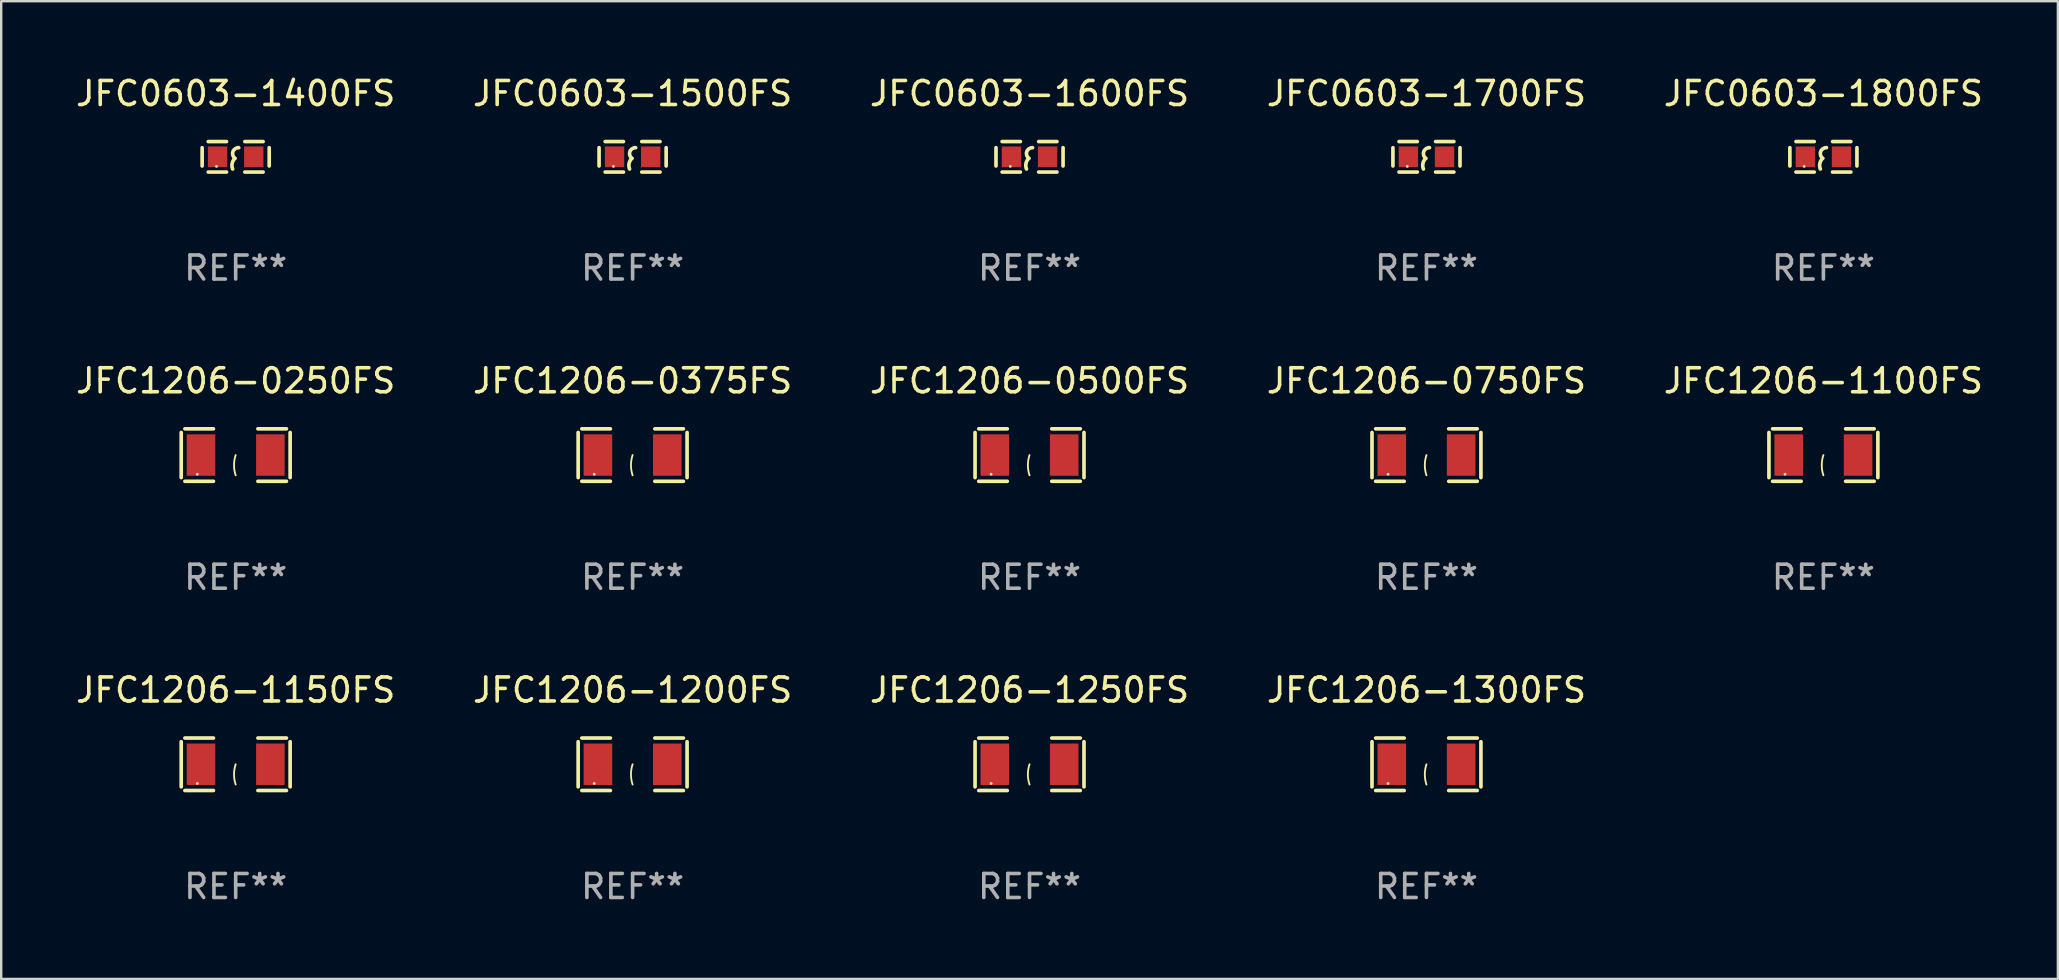
<source format=kicad_pcb>
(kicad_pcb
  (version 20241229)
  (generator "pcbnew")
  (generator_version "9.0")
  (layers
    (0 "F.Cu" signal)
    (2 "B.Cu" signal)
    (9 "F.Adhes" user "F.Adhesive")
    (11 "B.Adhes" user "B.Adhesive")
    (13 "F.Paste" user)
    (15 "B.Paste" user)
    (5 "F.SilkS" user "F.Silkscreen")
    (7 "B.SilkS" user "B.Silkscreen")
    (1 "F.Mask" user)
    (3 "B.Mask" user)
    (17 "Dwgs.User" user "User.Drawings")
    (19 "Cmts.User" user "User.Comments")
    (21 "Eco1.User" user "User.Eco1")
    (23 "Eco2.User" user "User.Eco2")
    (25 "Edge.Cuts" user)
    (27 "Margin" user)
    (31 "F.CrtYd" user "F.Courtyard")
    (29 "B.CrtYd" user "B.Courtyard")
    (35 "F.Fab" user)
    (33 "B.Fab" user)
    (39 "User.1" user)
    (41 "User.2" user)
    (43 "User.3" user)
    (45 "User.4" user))
  (footprint "JFC1206-1300FS"
    (layer "F.Cu")
    (at 56.375 28.789)
    (property "Reference" "JFC1206-1300FS" (at 0 -3.093 0) (layer "F.SilkS") (effects (font (size 1 1) (thickness 0.15))))
    (attr through_hole)
    (fp_line (start -2.269 -0.94) (end -2.269 0.94) (stroke (width 0.152) (type solid)) (layer "F.SilkS"))
    (fp_line (start -2.116 1.093) (end -0.926 1.093) (stroke (width 0.152) (type solid)) (layer "F.SilkS"))
    (fp_line (start -0.926 -1.093) (end -2.116 -1.093) (stroke (width 0.152) (type solid)) (layer "F.SilkS"))
    (fp_line (start 0.926 -1.093) (end 2.116 -1.093) (stroke (width 0.152) (type solid)) (layer "F.SilkS"))
    (fp_line (start 2.116 1.093) (end 0.926 1.093) (stroke (width 0.152) (type solid)) (layer "F.SilkS"))
    (fp_line (start 2.269 -0.94) (end 2.269 0.94) (stroke (width 0.152) (type solid)) (layer "F.SilkS"))
    (fp_arc (start 0 0.844951) (mid -0.068559 0.422475) (end 0 0) (stroke (width 0.0762) (type solid)) (layer "F.SilkS"))
    (fp_circle (center -1.6 0.8) (end -1.57 0.8) (stroke (width 0.06) (type solid)) (fill no) (layer "F.SilkS"))
    (fp_text user "REF**" (at 0 5.093 0) (layer "F.Fab") (effects (font (size 1 1) (thickness 0.15))))
    (pad "1" smd rect (at -1.445 0) (size 1.19 1.728) (layers "F.Cu" "F.Mask" "F.Paste"))
    (pad "2" smd rect (at 1.445 0) (size 1.19 1.728) (layers "F.Cu" "F.Mask" "F.Paste")))
  (footprint "JFC0603-1400FS"
    (layer "F.Cu")
    (at 6.768 3.483)
    (property "Reference" "JFC0603-1400FS" (at 0 -2.635 0) (layer "F.SilkS") (effects (font (size 1 1) (thickness 0.15))))
    (attr through_hole)
    (fp_line (start -1.397 -0.381) (end -1.397 0.381) (stroke (width 0.152) (type solid)) (layer "F.SilkS"))
    (fp_line (start -0.381 -0.635) (end -1.143 -0.635) (stroke (width 0.152) (type solid)) (layer "F.SilkS"))
    (fp_line (start -0.381 0.635) (end -1.143 0.635) (stroke (width 0.152) (type solid)) (layer "F.SilkS"))
    (fp_line (start 0.381 -0.635) (end 1.143 -0.635) (stroke (width 0.152) (type solid)) (layer "F.SilkS"))
    (fp_line (start 0.381 0.635) (end 1.143 0.635) (stroke (width 0.152) (type solid)) (layer "F.SilkS"))
    (fp_line (start 1.397 -0.381) (end 1.397 0.381) (stroke (width 0.152) (type solid)) (layer "F.SilkS"))
    (fp_arc (start -0.127 0.508001) (mid -0.146523 0.271131) (end -0.030861 0.0635) (stroke (width 0.151994) (type solid)) (layer "F.SilkS"))
    (fp_arc (start -0.03175 0.0635) (mid -0.113571 -0.216321) (end 0.127001 -0.381002) (stroke (width 0.151994) (type solid)) (layer "F.SilkS"))
    (fp_circle (center -0.8 0.4) (end -0.77 0.4) (stroke (width 0.06) (type solid)) (fill no) (layer "F.SilkS"))
    (fp_text user "REF**" (at 0 4.635 0) (layer "F.Fab") (effects (font (size 1 1) (thickness 0.15))))
    (pad "1" smd rect (at -0.753 0) (size 0.806 0.864) (layers "F.Cu" "F.Mask" "F.Paste"))
    (pad "2" smd rect (at 0.753 0) (size 0.806 0.864) (layers "F.Cu" "F.Mask" "F.Paste")))
  (footprint "JFC1206-1100FS"
    (layer "F.Cu")
    (at 72.911 15.907)
    (property "Reference" "JFC1206-1100FS" (at 0 -3.093 0) (layer "F.SilkS") (effects (font (size 1 1) (thickness 0.15))))
    (attr through_hole)
    (fp_line (start -2.269 -0.94) (end -2.269 0.94) (stroke (width 0.152) (type solid)) (layer "F.SilkS"))
    (fp_line (start -2.116 1.093) (end -0.926 1.093) (stroke (width 0.152) (type solid)) (layer "F.SilkS"))
    (fp_line (start -0.926 -1.093) (end -2.116 -1.093) (stroke (width 0.152) (type solid)) (layer "F.SilkS"))
    (fp_line (start 0.926 -1.093) (end 2.116 -1.093) (stroke (width 0.152) (type solid)) (layer "F.SilkS"))
    (fp_line (start 2.116 1.093) (end 0.926 1.093) (stroke (width 0.152) (type solid)) (layer "F.SilkS"))
    (fp_line (start 2.269 -0.94) (end 2.269 0.94) (stroke (width 0.152) (type solid)) (layer "F.SilkS"))
    (fp_arc (start 0 0.844951) (mid -0.068559 0.422475) (end 0 0) (stroke (width 0.0762) (type solid)) (layer "F.SilkS"))
    (fp_circle (center -1.6 0.8) (end -1.57 0.8) (stroke (width 0.06) (type solid)) (fill no) (layer "F.SilkS"))
    (fp_text user "REF**" (at 0 5.093 0) (layer "F.Fab") (effects (font (size 1 1) (thickness 0.15))))
    (pad "1" smd rect (at -1.445 0) (size 1.19 1.728) (layers "F.Cu" "F.Mask" "F.Paste"))
    (pad "2" smd rect (at 1.445 0) (size 1.19 1.728) (layers "F.Cu" "F.Mask" "F.Paste")))
  (footprint "JFC0603-1800FS"
    (layer "F.Cu")
    (at 72.911 3.483)
    (property "Reference" "JFC0603-1800FS" (at 0 -2.635 0) (layer "F.SilkS") (effects (font (size 1 1) (thickness 0.15))))
    (attr through_hole)
    (fp_line (start -1.397 -0.381) (end -1.397 0.381) (stroke (width 0.152) (type solid)) (layer "F.SilkS"))
    (fp_line (start -0.381 -0.635) (end -1.143 -0.635) (stroke (width 0.152) (type solid)) (layer "F.SilkS"))
    (fp_line (start -0.381 0.635) (end -1.143 0.635) (stroke (width 0.152) (type solid)) (layer "F.SilkS"))
    (fp_line (start 0.381 -0.635) (end 1.143 -0.635) (stroke (width 0.152) (type solid)) (layer "F.SilkS"))
    (fp_line (start 0.381 0.635) (end 1.143 0.635) (stroke (width 0.152) (type solid)) (layer "F.SilkS"))
    (fp_line (start 1.397 -0.381) (end 1.397 0.381) (stroke (width 0.152) (type solid)) (layer "F.SilkS"))
    (fp_arc (start -0.127 0.508001) (mid -0.146523 0.271131) (end -0.030861 0.0635) (stroke (width 0.151994) (type solid)) (layer "F.SilkS"))
    (fp_arc (start -0.03175 0.0635) (mid -0.113571 -0.216321) (end 0.127001 -0.381002) (stroke (width 0.151994) (type solid)) (layer "F.SilkS"))
    (fp_circle (center -0.8 0.4) (end -0.77 0.4) (stroke (width 0.06) (type solid)) (fill no) (layer "F.SilkS"))
    (fp_text user "REF**" (at 0 4.635 0) (layer "F.Fab") (effects (font (size 1 1) (thickness 0.15))))
    (pad "1" smd rect (at -0.753 0) (size 0.806 0.864) (layers "F.Cu" "F.Mask" "F.Paste"))
    (pad "2" smd rect (at 0.753 0) (size 0.806 0.864) (layers "F.Cu" "F.Mask" "F.Paste")))
  (footprint "JFC1206-0375FS"
    (layer "F.Cu")
    (at 23.304 15.907)
    (property "Reference" "JFC1206-0375FS" (at 0 -3.093 0) (layer "F.SilkS") (effects (font (size 1 1) (thickness 0.15))))
    (attr through_hole)
    (fp_line (start -2.269 -0.94) (end -2.269 0.94) (stroke (width 0.152) (type solid)) (layer "F.SilkS"))
    (fp_line (start -2.116 1.093) (end -0.926 1.093) (stroke (width 0.152) (type solid)) (layer "F.SilkS"))
    (fp_line (start -0.926 -1.093) (end -2.116 -1.093) (stroke (width 0.152) (type solid)) (layer "F.SilkS"))
    (fp_line (start 0.926 -1.093) (end 2.116 -1.093) (stroke (width 0.152) (type solid)) (layer "F.SilkS"))
    (fp_line (start 2.116 1.093) (end 0.926 1.093) (stroke (width 0.152) (type solid)) (layer "F.SilkS"))
    (fp_line (start 2.269 -0.94) (end 2.269 0.94) (stroke (width 0.152) (type solid)) (layer "F.SilkS"))
    (fp_arc (start 0 0.844951) (mid -0.068559 0.422475) (end 0 0) (stroke (width 0.0762) (type solid)) (layer "F.SilkS"))
    (fp_circle (center -1.6 0.8) (end -1.57 0.8) (stroke (width 0.06) (type solid)) (fill no) (layer "F.SilkS"))
    (fp_text user "REF**" (at 0 5.093 0) (layer "F.Fab") (effects (font (size 1 1) (thickness 0.15))))
    (pad "1" smd rect (at -1.445 0) (size 1.19 1.728) (layers "F.Cu" "F.Mask" "F.Paste"))
    (pad "2" smd rect (at 1.445 0) (size 1.19 1.728) (layers "F.Cu" "F.Mask" "F.Paste")))
  (footprint "JFC1206-1150FS"
    (layer "F.Cu")
    (at 6.768 28.789)
    (property "Reference" "JFC1206-1150FS" (at 0 -3.093 0) (layer "F.SilkS") (effects (font (size 1 1) (thickness 0.15))))
    (attr through_hole)
    (fp_line (start -2.269 -0.94) (end -2.269 0.94) (stroke (width 0.152) (type solid)) (layer "F.SilkS"))
    (fp_line (start -2.116 1.093) (end -0.926 1.093) (stroke (width 0.152) (type solid)) (layer "F.SilkS"))
    (fp_line (start -0.926 -1.093) (end -2.116 -1.093) (stroke (width 0.152) (type solid)) (layer "F.SilkS"))
    (fp_line (start 0.926 -1.093) (end 2.116 -1.093) (stroke (width 0.152) (type solid)) (layer "F.SilkS"))
    (fp_line (start 2.116 1.093) (end 0.926 1.093) (stroke (width 0.152) (type solid)) (layer "F.SilkS"))
    (fp_line (start 2.269 -0.94) (end 2.269 0.94) (stroke (width 0.152) (type solid)) (layer "F.SilkS"))
    (fp_arc (start 0 0.844951) (mid -0.068559 0.422475) (end 0 0) (stroke (width 0.0762) (type solid)) (layer "F.SilkS"))
    (fp_circle (center -1.6 0.8) (end -1.57 0.8) (stroke (width 0.06) (type solid)) (fill no) (layer "F.SilkS"))
    (fp_text user "REF**" (at 0 5.093 0) (layer "F.Fab") (effects (font (size 1 1) (thickness 0.15))))
    (pad "1" smd rect (at -1.445 0) (size 1.19 1.728) (layers "F.Cu" "F.Mask" "F.Paste"))
    (pad "2" smd rect (at 1.445 0) (size 1.19 1.728) (layers "F.Cu" "F.Mask" "F.Paste")))
  (footprint "JFC0603-1500FS"
    (layer "F.Cu")
    (at 23.304 3.483)
    (property "Reference" "JFC0603-1500FS" (at 0 -2.635 0) (layer "F.SilkS") (effects (font (size 1 1) (thickness 0.15))))
    (attr through_hole)
    (fp_line (start -1.397 -0.381) (end -1.397 0.381) (stroke (width 0.152) (type solid)) (layer "F.SilkS"))
    (fp_line (start -0.381 -0.635) (end -1.143 -0.635) (stroke (width 0.152) (type solid)) (layer "F.SilkS"))
    (fp_line (start -0.381 0.635) (end -1.143 0.635) (stroke (width 0.152) (type solid)) (layer "F.SilkS"))
    (fp_line (start 0.381 -0.635) (end 1.143 -0.635) (stroke (width 0.152) (type solid)) (layer "F.SilkS"))
    (fp_line (start 0.381 0.635) (end 1.143 0.635) (stroke (width 0.152) (type solid)) (layer "F.SilkS"))
    (fp_line (start 1.397 -0.381) (end 1.397 0.381) (stroke (width 0.152) (type solid)) (layer "F.SilkS"))
    (fp_arc (start -0.127 0.508001) (mid -0.146523 0.271131) (end -0.030861 0.0635) (stroke (width 0.151994) (type solid)) (layer "F.SilkS"))
    (fp_arc (start -0.03175 0.0635) (mid -0.113571 -0.216321) (end 0.127001 -0.381002) (stroke (width 0.151994) (type solid)) (layer "F.SilkS"))
    (fp_circle (center -0.8 0.4) (end -0.77 0.4) (stroke (width 0.06) (type solid)) (fill no) (layer "F.SilkS"))
    (fp_text user "REF**" (at 0 4.635 0) (layer "F.Fab") (effects (font (size 1 1) (thickness 0.15))))
    (pad "1" smd rect (at -0.753 0) (size 0.806 0.864) (layers "F.Cu" "F.Mask" "F.Paste"))
    (pad "2" smd rect (at 0.753 0) (size 0.806 0.864) (layers "F.Cu" "F.Mask" "F.Paste")))
  (footprint "JFC1206-0250FS"
    (layer "F.Cu")
    (at 6.768 15.907)
    (property "Reference" "JFC1206-0250FS" (at 0 -3.093 0) (layer "F.SilkS") (effects (font (size 1 1) (thickness 0.15))))
    (attr through_hole)
    (fp_line (start -2.269 -0.94) (end -2.269 0.94) (stroke (width 0.152) (type solid)) (layer "F.SilkS"))
    (fp_line (start -2.116 1.093) (end -0.926 1.093) (stroke (width 0.152) (type solid)) (layer "F.SilkS"))
    (fp_line (start -0.926 -1.093) (end -2.116 -1.093) (stroke (width 0.152) (type solid)) (layer "F.SilkS"))
    (fp_line (start 0.926 -1.093) (end 2.116 -1.093) (stroke (width 0.152) (type solid)) (layer "F.SilkS"))
    (fp_line (start 2.116 1.093) (end 0.926 1.093) (stroke (width 0.152) (type solid)) (layer "F.SilkS"))
    (fp_line (start 2.269 -0.94) (end 2.269 0.94) (stroke (width 0.152) (type solid)) (layer "F.SilkS"))
    (fp_arc (start 0 0.844951) (mid -0.068559 0.422475) (end 0 0) (stroke (width 0.0762) (type solid)) (layer "F.SilkS"))
    (fp_circle (center -1.6 0.8) (end -1.57 0.8) (stroke (width 0.06) (type solid)) (fill no) (layer "F.SilkS"))
    (fp_text user "REF**" (at 0 5.093 0) (layer "F.Fab") (effects (font (size 1 1) (thickness 0.15))))
    (pad "1" smd rect (at -1.445 0) (size 1.19 1.728) (layers "F.Cu" "F.Mask" "F.Paste"))
    (pad "2" smd rect (at 1.445 0) (size 1.19 1.728) (layers "F.Cu" "F.Mask" "F.Paste")))
  (footprint "JFC1206-1200FS"
    (layer "F.Cu")
    (at 23.304 28.789)
    (property "Reference" "JFC1206-1200FS" (at 0 -3.093 0) (layer "F.SilkS") (effects (font (size 1 1) (thickness 0.15))))
    (attr through_hole)
    (fp_line (start -2.269 -0.94) (end -2.269 0.94) (stroke (width 0.152) (type solid)) (layer "F.SilkS"))
    (fp_line (start -2.116 1.093) (end -0.926 1.093) (stroke (width 0.152) (type solid)) (layer "F.SilkS"))
    (fp_line (start -0.926 -1.093) (end -2.116 -1.093) (stroke (width 0.152) (type solid)) (layer "F.SilkS"))
    (fp_line (start 0.926 -1.093) (end 2.116 -1.093) (stroke (width 0.152) (type solid)) (layer "F.SilkS"))
    (fp_line (start 2.116 1.093) (end 0.926 1.093) (stroke (width 0.152) (type solid)) (layer "F.SilkS"))
    (fp_line (start 2.269 -0.94) (end 2.269 0.94) (stroke (width 0.152) (type solid)) (layer "F.SilkS"))
    (fp_arc (start 0 0.844951) (mid -0.068559 0.422475) (end 0 0) (stroke (width 0.0762) (type solid)) (layer "F.SilkS"))
    (fp_circle (center -1.6 0.8) (end -1.57 0.8) (stroke (width 0.06) (type solid)) (fill no) (layer "F.SilkS"))
    (fp_text user "REF**" (at 0 5.093 0) (layer "F.Fab") (effects (font (size 1 1) (thickness 0.15))))
    (pad "1" smd rect (at -1.445 0) (size 1.19 1.728) (layers "F.Cu" "F.Mask" "F.Paste"))
    (pad "2" smd rect (at 1.445 0) (size 1.19 1.728) (layers "F.Cu" "F.Mask" "F.Paste")))
  (footprint "JFC1206-1250FS"
    (layer "F.Cu")
    (at 39.839 28.789)
    (property "Reference" "JFC1206-1250FS" (at 0 -3.093 0) (layer "F.SilkS") (effects (font (size 1 1) (thickness 0.15))))
    (attr through_hole)
    (fp_line (start -2.269 -0.94) (end -2.269 0.94) (stroke (width 0.152) (type solid)) (layer "F.SilkS"))
    (fp_line (start -2.116 1.093) (end -0.926 1.093) (stroke (width 0.152) (type solid)) (layer "F.SilkS"))
    (fp_line (start -0.926 -1.093) (end -2.116 -1.093) (stroke (width 0.152) (type solid)) (layer "F.SilkS"))
    (fp_line (start 0.926 -1.093) (end 2.116 -1.093) (stroke (width 0.152) (type solid)) (layer "F.SilkS"))
    (fp_line (start 2.116 1.093) (end 0.926 1.093) (stroke (width 0.152) (type solid)) (layer "F.SilkS"))
    (fp_line (start 2.269 -0.94) (end 2.269 0.94) (stroke (width 0.152) (type solid)) (layer "F.SilkS"))
    (fp_arc (start 0 0.844951) (mid -0.068559 0.422475) (end 0 0) (stroke (width 0.0762) (type solid)) (layer "F.SilkS"))
    (fp_circle (center -1.6 0.8) (end -1.57 0.8) (stroke (width 0.06) (type solid)) (fill no) (layer "F.SilkS"))
    (fp_text user "REF**" (at 0 5.093 0) (layer "F.Fab") (effects (font (size 1 1) (thickness 0.15))))
    (pad "1" smd rect (at -1.445 0) (size 1.19 1.728) (layers "F.Cu" "F.Mask" "F.Paste"))
    (pad "2" smd rect (at 1.445 0) (size 1.19 1.728) (layers "F.Cu" "F.Mask" "F.Paste")))
  (footprint "JFC0603-1600FS"
    (layer "F.Cu")
    (at 39.839 3.483)
    (property "Reference" "JFC0603-1600FS" (at 0 -2.635 0) (layer "F.SilkS") (effects (font (size 1 1) (thickness 0.15))))
    (attr through_hole)
    (fp_line (start -1.397 -0.381) (end -1.397 0.381) (stroke (width 0.152) (type solid)) (layer "F.SilkS"))
    (fp_line (start -0.381 -0.635) (end -1.143 -0.635) (stroke (width 0.152) (type solid)) (layer "F.SilkS"))
    (fp_line (start -0.381 0.635) (end -1.143 0.635) (stroke (width 0.152) (type solid)) (layer "F.SilkS"))
    (fp_line (start 0.381 -0.635) (end 1.143 -0.635) (stroke (width 0.152) (type solid)) (layer "F.SilkS"))
    (fp_line (start 0.381 0.635) (end 1.143 0.635) (stroke (width 0.152) (type solid)) (layer "F.SilkS"))
    (fp_line (start 1.397 -0.381) (end 1.397 0.381) (stroke (width 0.152) (type solid)) (layer "F.SilkS"))
    (fp_arc (start -0.127 0.508001) (mid -0.146523 0.271131) (end -0.030861 0.0635) (stroke (width 0.151994) (type solid)) (layer "F.SilkS"))
    (fp_arc (start -0.03175 0.0635) (mid -0.113571 -0.216321) (end 0.127001 -0.381002) (stroke (width 0.151994) (type solid)) (layer "F.SilkS"))
    (fp_circle (center -0.8 0.4) (end -0.77 0.4) (stroke (width 0.06) (type solid)) (fill no) (layer "F.SilkS"))
    (fp_text user "REF**" (at 0 4.635 0) (layer "F.Fab") (effects (font (size 1 1) (thickness 0.15))))
    (pad "1" smd rect (at -0.753 0) (size 0.806 0.864) (layers "F.Cu" "F.Mask" "F.Paste"))
    (pad "2" smd rect (at 0.753 0) (size 0.806 0.864) (layers "F.Cu" "F.Mask" "F.Paste")))
  (footprint "JFC0603-1700FS"
    (layer "F.Cu")
    (at 56.375 3.483)
    (property "Reference" "JFC0603-1700FS" (at 0 -2.635 0) (layer "F.SilkS") (effects (font (size 1 1) (thickness 0.15))))
    (attr through_hole)
    (fp_line (start -1.397 -0.381) (end -1.397 0.381) (stroke (width 0.152) (type solid)) (layer "F.SilkS"))
    (fp_line (start -0.381 -0.635) (end -1.143 -0.635) (stroke (width 0.152) (type solid)) (layer "F.SilkS"))
    (fp_line (start -0.381 0.635) (end -1.143 0.635) (stroke (width 0.152) (type solid)) (layer "F.SilkS"))
    (fp_line (start 0.381 -0.635) (end 1.143 -0.635) (stroke (width 0.152) (type solid)) (layer "F.SilkS"))
    (fp_line (start 0.381 0.635) (end 1.143 0.635) (stroke (width 0.152) (type solid)) (layer "F.SilkS"))
    (fp_line (start 1.397 -0.381) (end 1.397 0.381) (stroke (width 0.152) (type solid)) (layer "F.SilkS"))
    (fp_arc (start -0.127 0.508001) (mid -0.146523 0.271131) (end -0.030861 0.0635) (stroke (width 0.151994) (type solid)) (layer "F.SilkS"))
    (fp_arc (start -0.03175 0.0635) (mid -0.113571 -0.216321) (end 0.127001 -0.381002) (stroke (width 0.151994) (type solid)) (layer "F.SilkS"))
    (fp_circle (center -0.8 0.4) (end -0.77 0.4) (stroke (width 0.06) (type solid)) (fill no) (layer "F.SilkS"))
    (fp_text user "REF**" (at 0 4.635 0) (layer "F.Fab") (effects (font (size 1 1) (thickness 0.15))))
    (pad "1" smd rect (at -0.753 0) (size 0.806 0.864) (layers "F.Cu" "F.Mask" "F.Paste"))
    (pad "2" smd rect (at 0.753 0) (size 0.806 0.864) (layers "F.Cu" "F.Mask" "F.Paste")))
  (footprint "JFC1206-0750FS"
    (layer "F.Cu")
    (at 56.375 15.907)
    (property "Reference" "JFC1206-0750FS" (at 0 -3.093 0) (layer "F.SilkS") (effects (font (size 1 1) (thickness 0.15))))
    (attr through_hole)
    (fp_line (start -2.269 -0.94) (end -2.269 0.94) (stroke (width 0.152) (type solid)) (layer "F.SilkS"))
    (fp_line (start -2.116 1.093) (end -0.926 1.093) (stroke (width 0.152) (type solid)) (layer "F.SilkS"))
    (fp_line (start -0.926 -1.093) (end -2.116 -1.093) (stroke (width 0.152) (type solid)) (layer "F.SilkS"))
    (fp_line (start 0.926 -1.093) (end 2.116 -1.093) (stroke (width 0.152) (type solid)) (layer "F.SilkS"))
    (fp_line (start 2.116 1.093) (end 0.926 1.093) (stroke (width 0.152) (type solid)) (layer "F.SilkS"))
    (fp_line (start 2.269 -0.94) (end 2.269 0.94) (stroke (width 0.152) (type solid)) (layer "F.SilkS"))
    (fp_arc (start 0 0.844951) (mid -0.068559 0.422475) (end 0 0) (stroke (width 0.0762) (type solid)) (layer "F.SilkS"))
    (fp_circle (center -1.6 0.8) (end -1.57 0.8) (stroke (width 0.06) (type solid)) (fill no) (layer "F.SilkS"))
    (fp_text user "REF**" (at 0 5.093 0) (layer "F.Fab") (effects (font (size 1 1) (thickness 0.15))))
    (pad "1" smd rect (at -1.445 0) (size 1.19 1.728) (layers "F.Cu" "F.Mask" "F.Paste"))
    (pad "2" smd rect (at 1.445 0) (size 1.19 1.728) (layers "F.Cu" "F.Mask" "F.Paste")))
  (footprint "JFC1206-0500FS"
    (layer "F.Cu")
    (at 39.839 15.907)
    (property "Reference" "JFC1206-0500FS" (at 0 -3.093 0) (layer "F.SilkS") (effects (font (size 1 1) (thickness 0.15))))
    (attr through_hole)
    (fp_line (start -2.269 -0.94) (end -2.269 0.94) (stroke (width 0.152) (type solid)) (layer "F.SilkS"))
    (fp_line (start -2.116 1.093) (end -0.926 1.093) (stroke (width 0.152) (type solid)) (layer "F.SilkS"))
    (fp_line (start -0.926 -1.093) (end -2.116 -1.093) (stroke (width 0.152) (type solid)) (layer "F.SilkS"))
    (fp_line (start 0.926 -1.093) (end 2.116 -1.093) (stroke (width 0.152) (type solid)) (layer "F.SilkS"))
    (fp_line (start 2.116 1.093) (end 0.926 1.093) (stroke (width 0.152) (type solid)) (layer "F.SilkS"))
    (fp_line (start 2.269 -0.94) (end 2.269 0.94) (stroke (width 0.152) (type solid)) (layer "F.SilkS"))
    (fp_arc (start 0 0.844951) (mid -0.068559 0.422475) (end 0 0) (stroke (width 0.0762) (type solid)) (layer "F.SilkS"))
    (fp_circle (center -1.6 0.8) (end -1.57 0.8) (stroke (width 0.06) (type solid)) (fill no) (layer "F.SilkS"))
    (fp_text user "REF**" (at 0 5.093 0) (layer "F.Fab") (effects (font (size 1 1) (thickness 0.15))))
    (pad "1" smd rect (at -1.445 0) (size 1.19 1.728) (layers "F.Cu" "F.Mask" "F.Paste"))
    (pad "2" smd rect (at 1.445 0) (size 1.19 1.728) (layers "F.Cu" "F.Mask" "F.Paste")))
  (gr_rect
    (start -3 -3)
    (end 82.679 37.73)
    (stroke (width 0.1) (type default))
    (fill no)
    (layer "Edge.Cuts")))
</source>
